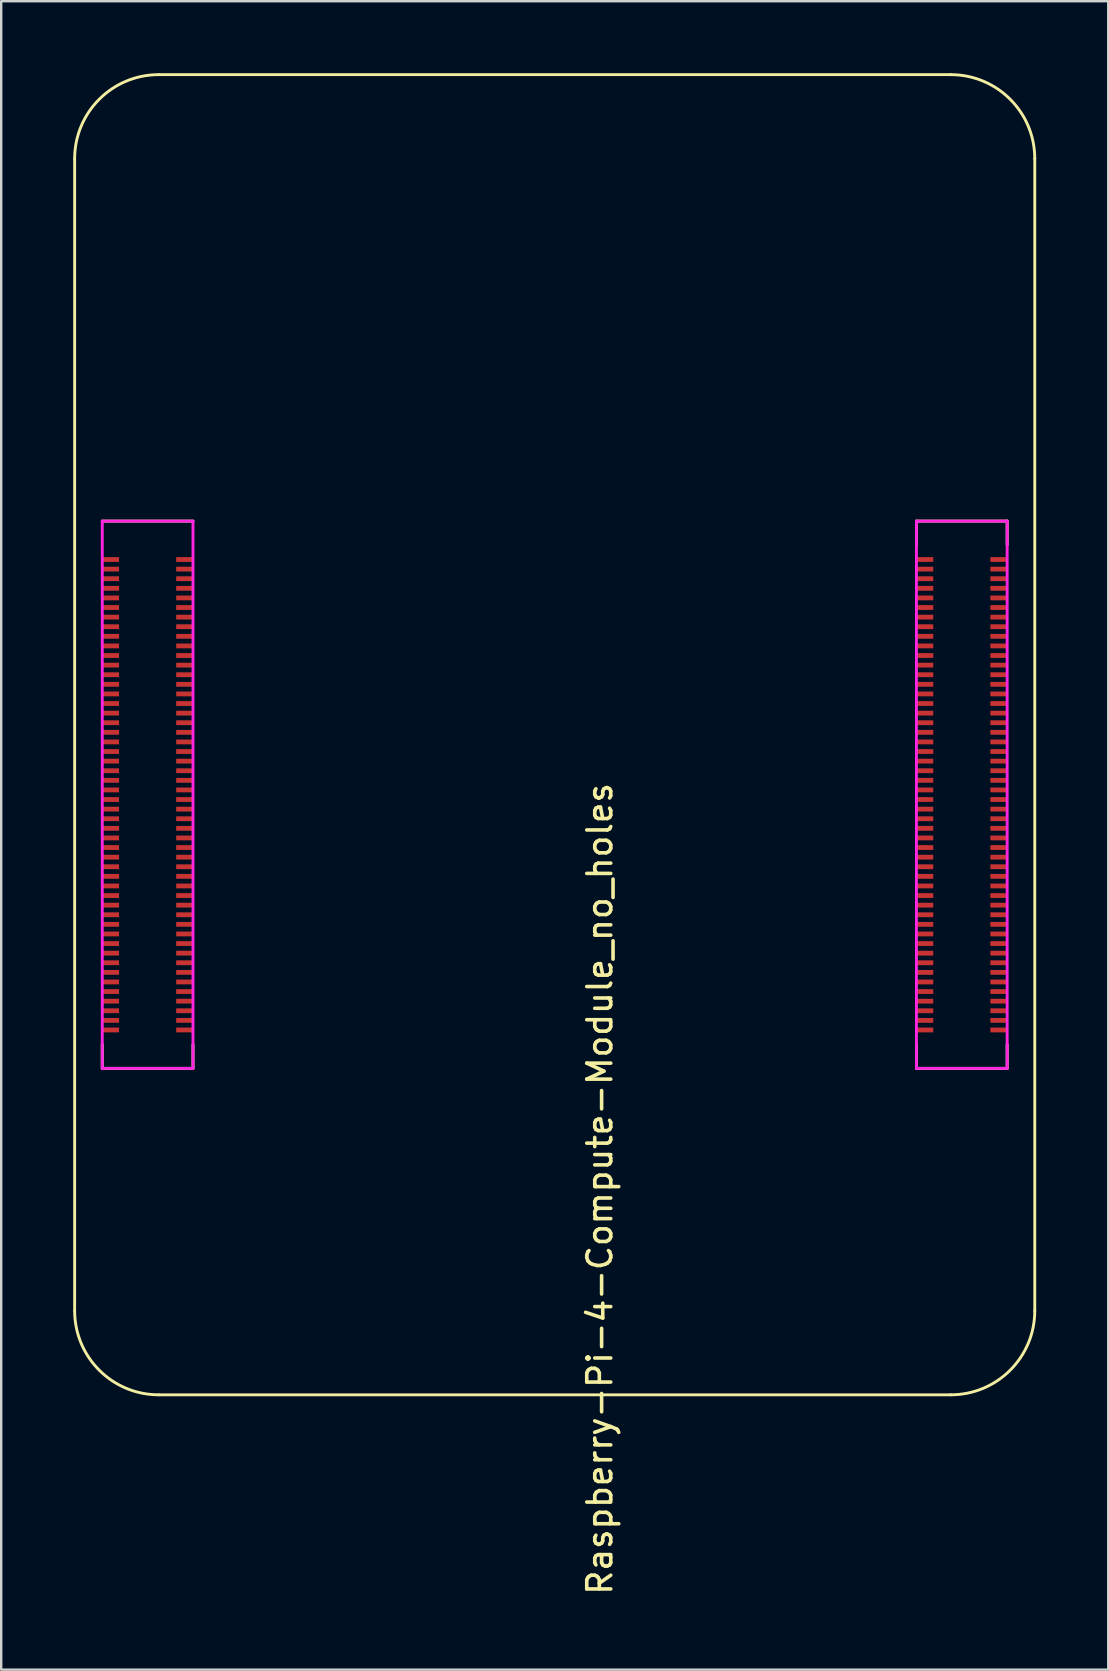
<source format=kicad_pcb>
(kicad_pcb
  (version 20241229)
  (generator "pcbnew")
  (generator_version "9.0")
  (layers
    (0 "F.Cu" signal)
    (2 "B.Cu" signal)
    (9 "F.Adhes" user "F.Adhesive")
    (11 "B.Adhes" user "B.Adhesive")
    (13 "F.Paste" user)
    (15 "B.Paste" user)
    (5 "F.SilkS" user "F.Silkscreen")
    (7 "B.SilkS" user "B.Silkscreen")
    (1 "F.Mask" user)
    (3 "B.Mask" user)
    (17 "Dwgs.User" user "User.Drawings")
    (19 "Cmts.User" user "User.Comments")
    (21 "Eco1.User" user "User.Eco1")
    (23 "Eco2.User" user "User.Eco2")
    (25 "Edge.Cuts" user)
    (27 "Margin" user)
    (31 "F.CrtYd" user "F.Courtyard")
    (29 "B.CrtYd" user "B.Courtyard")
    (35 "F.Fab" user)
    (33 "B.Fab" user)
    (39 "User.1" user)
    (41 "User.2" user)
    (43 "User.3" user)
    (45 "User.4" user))
  (footprint "Raspberry-Pi-4-Compute-Module_no_holes"
    (layer "F.Cu")
    (at 3.56 51.56)
    (property "Reference" "Raspberry-Pi-4-Compute-Module_no_holes" (at 18.38 -5.08 270) (layer "F.SilkS") (effects (font (size 1 1) (thickness 0.15))))
    (attr smd)
    (fp_line (start -3.5 -48) (end -3.5 0) (stroke (width 0.12) (type solid)) (layer "F.SilkS"))
    (fp_line (start -2.35 -32.9) (end 1.43 -32.9) (stroke (width 0.12) (type solid)) (layer "F.SilkS"))
    (fp_line (start -2.35 -10.1) (end -2.35 -11.1) (stroke (width 0.12) (type solid)) (layer "F.SilkS"))
    (fp_line (start -2.35 -10.1) (end 1.43 -10.1) (stroke (width 0.12) (type solid)) (layer "F.SilkS"))
    (fp_line (start 0 3.5) (end 33 3.5) (stroke (width 0.12) (type solid)) (layer "F.SilkS"))
    (fp_line (start 1.43 -10.1) (end 1.43 -11.1) (stroke (width 0.12) (type solid)) (layer "F.SilkS"))
    (fp_line (start 31.57 -32.9) (end 31.57 -31.9) (stroke (width 0.12) (type solid)) (layer "F.SilkS"))
    (fp_line (start 31.57 -32.9) (end 35.35 -32.9) (stroke (width 0.12) (type solid)) (layer "F.SilkS"))
    (fp_line (start 31.57 -10.1) (end 31.57 -11.1) (stroke (width 0.12) (type solid)) (layer "F.SilkS"))
    (fp_line (start 31.57 -10.1) (end 35.35 -10.1) (stroke (width 0.12) (type solid)) (layer "F.SilkS"))
    (fp_line (start 33 -51.5) (end 0 -51.5) (stroke (width 0.12) (type solid)) (layer "F.SilkS"))
    (fp_line (start 35.35 -32.9) (end 35.35 -31.9) (stroke (width 0.12) (type solid)) (layer "F.SilkS"))
    (fp_line (start 35.35 -10.1) (end 35.35 -11.1) (stroke (width 0.12) (type solid)) (layer "F.SilkS"))
    (fp_line (start 36.5 0) (end 36.5 -48) (stroke (width 0.12) (type solid)) (layer "F.SilkS"))
    (fp_arc (start -3.5 -48) (mid -2.474874 -50.474874) (end 0 -51.5) (stroke (width 0.12) (type solid)) (layer "F.SilkS"))
    (fp_arc (start 0 3.5) (mid -2.474874 2.474874) (end -3.5 0) (stroke (width 0.12) (type solid)) (layer "F.SilkS"))
    (fp_arc (start 33 -51.5) (mid 35.474874 -50.474874) (end 36.5 -48) (stroke (width 0.12) (type solid)) (layer "F.SilkS"))
    (fp_arc (start 36.5 0) (mid 35.474874 2.474874) (end 33 3.5) (stroke (width 0.12) (type solid)) (layer "F.SilkS"))
    (fp_line (start -2.35 -32.9) (end 1.43 -32.9) (stroke (width 0.12) (type solid)) (layer "F.CrtYd"))
    (fp_line (start -2.35 -10.1) (end -2.35 -32.9) (stroke (width 0.12) (type solid)) (layer "F.CrtYd"))
    (fp_line (start 1.43 -32.9) (end 1.43 -10.1) (stroke (width 0.12) (type solid)) (layer "F.CrtYd"))
    (fp_line (start 1.43 -10.1) (end -2.35 -10.1) (stroke (width 0.12) (type solid)) (layer "F.CrtYd"))
    (fp_line (start 31.57 -32.9) (end 35.35 -32.9) (stroke (width 0.12) (type solid)) (layer "F.CrtYd"))
    (fp_line (start 31.57 -10.1) (end 31.57 -32.9) (stroke (width 0.12) (type solid)) (layer "F.CrtYd"))
    (fp_line (start 35.35 -32.9) (end 35.35 -10.1) (stroke (width 0.12) (type solid)) (layer "F.CrtYd"))
    (fp_line (start 35.35 -10.1) (end 31.57 -10.1) (stroke (width 0.12) (type solid)) (layer "F.CrtYd"))
    (pad "1" smd rect (at -2 -31.3 270) (size 0.2 0.7) (layers "F.Cu" "F.Mask" "F.Paste"))
    (pad "2" smd rect (at 1.08 -31.3 270) (size 0.2 0.7) (layers "F.Cu" "F.Mask" "F.Paste"))
    (pad "3" smd rect (at -2 -30.9 270) (size 0.2 0.7) (layers "F.Cu" "F.Mask" "F.Paste"))
    (pad "4" smd rect (at 1.08 -30.9 270) (size 0.2 0.7) (layers "F.Cu" "F.Mask" "F.Paste"))
    (pad "5" smd rect (at -2 -30.5 270) (size 0.2 0.7) (layers "F.Cu" "F.Mask" "F.Paste"))
    (pad "6" smd rect (at 1.08 -30.5 270) (size 0.2 0.7) (layers "F.Cu" "F.Mask" "F.Paste"))
    (pad "7" smd rect (at -2 -30.1 270) (size 0.2 0.7) (layers "F.Cu" "F.Mask" "F.Paste"))
    (pad "8" smd rect (at 1.08 -30.1 270) (size 0.2 0.7) (layers "F.Cu" "F.Mask" "F.Paste"))
    (pad "9" smd rect (at -2 -29.7 270) (size 0.2 0.7) (layers "F.Cu" "F.Mask" "F.Paste"))
    (pad "10" smd rect (at 1.08 -29.7 270) (size 0.2 0.7) (layers "F.Cu" "F.Mask" "F.Paste"))
    (pad "11" smd rect (at -2 -29.3 270) (size 0.2 0.7) (layers "F.Cu" "F.Mask" "F.Paste"))
    (pad "12" smd rect (at 1.08 -29.3 270) (size 0.2 0.7) (layers "F.Cu" "F.Mask" "F.Paste"))
    (pad "13" smd rect (at -2 -28.9 270) (size 0.2 0.7) (layers "F.Cu" "F.Mask" "F.Paste"))
    (pad "14" smd rect (at 1.08 -28.9 270) (size 0.2 0.7) (layers "F.Cu" "F.Mask" "F.Paste"))
    (pad "15" smd rect (at -2 -28.5 270) (size 0.2 0.7) (layers "F.Cu" "F.Mask" "F.Paste"))
    (pad "16" smd rect (at 1.08 -28.5 270) (size 0.2 0.7) (layers "F.Cu" "F.Mask" "F.Paste"))
    (pad "17" smd rect (at -2 -28.1 270) (size 0.2 0.7) (layers "F.Cu" "F.Mask" "F.Paste"))
    (pad "18" smd rect (at 1.08 -28.1 270) (size 0.2 0.7) (layers "F.Cu" "F.Mask" "F.Paste"))
    (pad "19" smd rect (at -2 -27.7 270) (size 0.2 0.7) (layers "F.Cu" "F.Mask" "F.Paste"))
    (pad "20" smd rect (at 1.08 -27.7 270) (size 0.2 0.7) (layers "F.Cu" "F.Mask" "F.Paste"))
    (pad "21" smd rect (at -2 -27.3 270) (size 0.2 0.7) (layers "F.Cu" "F.Mask" "F.Paste"))
    (pad "22" smd rect (at 1.08 -27.3 270) (size 0.2 0.7) (layers "F.Cu" "F.Mask" "F.Paste"))
    (pad "23" smd rect (at -2 -26.9 270) (size 0.2 0.7) (layers "F.Cu" "F.Mask" "F.Paste"))
    (pad "24" smd rect (at 1.08 -26.9 270) (size 0.2 0.7) (layers "F.Cu" "F.Mask" "F.Paste"))
    (pad "25" smd rect (at -2 -26.5 270) (size 0.2 0.7) (layers "F.Cu" "F.Mask" "F.Paste"))
    (pad "26" smd rect (at 1.08 -26.5 270) (size 0.2 0.7) (layers "F.Cu" "F.Mask" "F.Paste"))
    (pad "27" smd rect (at -2 -26.1 270) (size 0.2 0.7) (layers "F.Cu" "F.Mask" "F.Paste"))
    (pad "28" smd rect (at 1.08 -26.1 270) (size 0.2 0.7) (layers "F.Cu" "F.Mask" "F.Paste"))
    (pad "29" smd rect (at -2 -25.7 270) (size 0.2 0.7) (layers "F.Cu" "F.Mask" "F.Paste"))
    (pad "30" smd rect (at 1.08 -25.7 270) (size 0.2 0.7) (layers "F.Cu" "F.Mask" "F.Paste"))
    (pad "31" smd rect (at -2 -25.3 270) (size 0.2 0.7) (layers "F.Cu" "F.Mask" "F.Paste"))
    (pad "32" smd rect (at 1.08 -25.3 270) (size 0.2 0.7) (layers "F.Cu" "F.Mask" "F.Paste"))
    (pad "33" smd rect (at -2 -24.9 270) (size 0.2 0.7) (layers "F.Cu" "F.Mask" "F.Paste"))
    (pad "34" smd rect (at 1.08 -24.9 270) (size 0.2 0.7) (layers "F.Cu" "F.Mask" "F.Paste"))
    (pad "35" smd rect (at -2 -24.5 270) (size 0.2 0.7) (layers "F.Cu" "F.Mask" "F.Paste"))
    (pad "36" smd rect (at 1.08 -24.5 270) (size 0.2 0.7) (layers "F.Cu" "F.Mask" "F.Paste"))
    (pad "37" smd rect (at -2 -24.1 270) (size 0.2 0.7) (layers "F.Cu" "F.Mask" "F.Paste"))
    (pad "38" smd rect (at 1.08 -24.1 270) (size 0.2 0.7) (layers "F.Cu" "F.Mask" "F.Paste"))
    (pad "39" smd rect (at -2 -23.7 270) (size 0.2 0.7) (layers "F.Cu" "F.Mask" "F.Paste"))
    (pad "40" smd rect (at 1.08 -23.7 270) (size 0.2 0.7) (layers "F.Cu" "F.Mask" "F.Paste"))
    (pad "41" smd rect (at -2 -23.3 270) (size 0.2 0.7) (layers "F.Cu" "F.Mask" "F.Paste"))
    (pad "42" smd rect (at 1.08 -23.3 270) (size 0.2 0.7) (layers "F.Cu" "F.Mask" "F.Paste"))
    (pad "43" smd rect (at -2 -22.9 270) (size 0.2 0.7) (layers "F.Cu" "F.Mask" "F.Paste"))
    (pad "44" smd rect (at 1.08 -22.9 270) (size 0.2 0.7) (layers "F.Cu" "F.Mask" "F.Paste"))
    (pad "45" smd rect (at -2 -22.5 270) (size 0.2 0.7) (layers "F.Cu" "F.Mask" "F.Paste"))
    (pad "46" smd rect (at 1.08 -22.5 270) (size 0.2 0.7) (layers "F.Cu" "F.Mask" "F.Paste"))
    (pad "47" smd rect (at -2 -22.1 270) (size 0.2 0.7) (layers "F.Cu" "F.Mask" "F.Paste"))
    (pad "48" smd rect (at 1.08 -22.1 270) (size 0.2 0.7) (layers "F.Cu" "F.Mask" "F.Paste"))
    (pad "49" smd rect (at -2 -21.7 270) (size 0.2 0.7) (layers "F.Cu" "F.Mask" "F.Paste"))
    (pad "50" smd rect (at 1.08 -21.7 270) (size 0.2 0.7) (layers "F.Cu" "F.Mask" "F.Paste"))
    (pad "51" smd rect (at -2 -21.3 270) (size 0.2 0.7) (layers "F.Cu" "F.Mask" "F.Paste"))
    (pad "52" smd rect (at 1.08 -21.3 270) (size 0.2 0.7) (layers "F.Cu" "F.Mask" "F.Paste"))
    (pad "53" smd rect (at -2 -20.9 270) (size 0.2 0.7) (layers "F.Cu" "F.Mask" "F.Paste"))
    (pad "54" smd rect (at 1.08 -20.9 270) (size 0.2 0.7) (layers "F.Cu" "F.Mask" "F.Paste"))
    (pad "55" smd rect (at -2 -20.5 270) (size 0.2 0.7) (layers "F.Cu" "F.Mask" "F.Paste"))
    (pad "56" smd rect (at 1.08 -20.5 270) (size 0.2 0.7) (layers "F.Cu" "F.Mask" "F.Paste"))
    (pad "57" smd rect (at -2 -20.1 270) (size 0.2 0.7) (layers "F.Cu" "F.Mask" "F.Paste"))
    (pad "58" smd rect (at 1.08 -20.1 270) (size 0.2 0.7) (layers "F.Cu" "F.Mask" "F.Paste"))
    (pad "59" smd rect (at -2 -19.7 270) (size 0.2 0.7) (layers "F.Cu" "F.Mask" "F.Paste"))
    (pad "60" smd rect (at 1.08 -19.7 270) (size 0.2 0.7) (layers "F.Cu" "F.Mask" "F.Paste"))
    (pad "61" smd rect (at -2 -19.3 270) (size 0.2 0.7) (layers "F.Cu" "F.Mask" "F.Paste"))
    (pad "62" smd rect (at 1.08 -19.3 270) (size 0.2 0.7) (layers "F.Cu" "F.Mask" "F.Paste"))
    (pad "63" smd rect (at -2 -18.9 270) (size 0.2 0.7) (layers "F.Cu" "F.Mask" "F.Paste"))
    (pad "64" smd rect (at 1.08 -18.9 270) (size 0.2 0.7) (layers "F.Cu" "F.Mask" "F.Paste"))
    (pad "65" smd rect (at -2 -18.5 270) (size 0.2 0.7) (layers "F.Cu" "F.Mask" "F.Paste"))
    (pad "66" smd rect (at 1.08 -18.5 270) (size 0.2 0.7) (layers "F.Cu" "F.Mask" "F.Paste"))
    (pad "67" smd rect (at -2 -18.1 270) (size 0.2 0.7) (layers "F.Cu" "F.Mask" "F.Paste"))
    (pad "68" smd rect (at 1.08 -18.1 270) (size 0.2 0.7) (layers "F.Cu" "F.Mask" "F.Paste"))
    (pad "69" smd rect (at -2 -17.7 270) (size 0.2 0.7) (layers "F.Cu" "F.Mask" "F.Paste"))
    (pad "70" smd rect (at 1.08 -17.7 270) (size 0.2 0.7) (layers "F.Cu" "F.Mask" "F.Paste"))
    (pad "71" smd rect (at -2 -17.3 270) (size 0.2 0.7) (layers "F.Cu" "F.Mask" "F.Paste"))
    (pad "72" smd rect (at 1.08 -17.3 270) (size 0.2 0.7) (layers "F.Cu" "F.Mask" "F.Paste"))
    (pad "73" smd rect (at -2 -16.9 270) (size 0.2 0.7) (layers "F.Cu" "F.Mask" "F.Paste"))
    (pad "74" smd rect (at 1.08 -16.9 270) (size 0.2 0.7) (layers "F.Cu" "F.Mask" "F.Paste"))
    (pad "75" smd rect (at -2 -16.5 270) (size 0.2 0.7) (layers "F.Cu" "F.Mask" "F.Paste"))
    (pad "76" smd rect (at 1.08 -16.5 270) (size 0.2 0.7) (layers "F.Cu" "F.Mask" "F.Paste"))
    (pad "77" smd rect (at -2 -16.1 270) (size 0.2 0.7) (layers "F.Cu" "F.Mask" "F.Paste"))
    (pad "78" smd rect (at 1.08 -16.1 270) (size 0.2 0.7) (layers "F.Cu" "F.Mask" "F.Paste"))
    (pad "79" smd rect (at -2 -15.7 270) (size 0.2 0.7) (layers "F.Cu" "F.Mask" "F.Paste"))
    (pad "80" smd rect (at 1.08 -15.7 270) (size 0.2 0.7) (layers "F.Cu" "F.Mask" "F.Paste"))
    (pad "81" smd rect (at -2 -15.3 270) (size 0.2 0.7) (layers "F.Cu" "F.Mask" "F.Paste"))
    (pad "82" smd rect (at 1.08 -15.3 270) (size 0.2 0.7) (layers "F.Cu" "F.Mask" "F.Paste"))
    (pad "83" smd rect (at -2 -14.9 270) (size 0.2 0.7) (layers "F.Cu" "F.Mask" "F.Paste"))
    (pad "84" smd rect (at 1.08 -14.9 270) (size 0.2 0.7) (layers "F.Cu" "F.Mask" "F.Paste"))
    (pad "85" smd rect (at -2 -14.5 270) (size 0.2 0.7) (layers "F.Cu" "F.Mask" "F.Paste"))
    (pad "86" smd rect (at 1.08 -14.5 270) (size 0.2 0.7) (layers "F.Cu" "F.Mask" "F.Paste"))
    (pad "87" smd rect (at -2 -14.1 270) (size 0.2 0.7) (layers "F.Cu" "F.Mask" "F.Paste"))
    (pad "88" smd rect (at 1.08 -14.1 270) (size 0.2 0.7) (layers "F.Cu" "F.Mask" "F.Paste"))
    (pad "89" smd rect (at -2 -13.7 270) (size 0.2 0.7) (layers "F.Cu" "F.Mask" "F.Paste"))
    (pad "90" smd rect (at 1.08 -13.7 270) (size 0.2 0.7) (layers "F.Cu" "F.Mask" "F.Paste"))
    (pad "91" smd rect (at -2 -13.3 270) (size 0.2 0.7) (layers "F.Cu" "F.Mask" "F.Paste"))
    (pad "92" smd rect (at 1.08 -13.3 270) (size 0.2 0.7) (layers "F.Cu" "F.Mask" "F.Paste"))
    (pad "93" smd rect (at -2 -12.9 270) (size 0.2 0.7) (layers "F.Cu" "F.Mask" "F.Paste"))
    (pad "94" smd rect (at 1.08 -12.9 270) (size 0.2 0.7) (layers "F.Cu" "F.Mask" "F.Paste"))
    (pad "95" smd rect (at -2 -12.5 270) (size 0.2 0.7) (layers "F.Cu" "F.Mask" "F.Paste"))
    (pad "96" smd rect (at 1.08 -12.5 270) (size 0.2 0.7) (layers "F.Cu" "F.Mask" "F.Paste"))
    (pad "97" smd rect (at -2 -12.1 270) (size 0.2 0.7) (layers "F.Cu" "F.Mask" "F.Paste"))
    (pad "98" smd rect (at 1.08 -12.1 270) (size 0.2 0.7) (layers "F.Cu" "F.Mask" "F.Paste"))
    (pad "99" smd rect (at -2 -11.7 270) (size 0.2 0.7) (layers "F.Cu" "F.Mask" "F.Paste"))
    (pad "100" smd rect (at 1.08 -11.7 270) (size 0.2 0.7) (layers "F.Cu" "F.Mask" "F.Paste"))
    (pad "101" smd rect (at 31.92 -31.3 270) (size 0.2 0.7) (layers "F.Cu" "F.Mask" "F.Paste"))
    (pad "102" smd rect (at 35 -31.3 270) (size 0.2 0.7) (layers "F.Cu" "F.Mask" "F.Paste"))
    (pad "103" smd rect (at 31.92 -30.9 270) (size 0.2 0.7) (layers "F.Cu" "F.Mask" "F.Paste"))
    (pad "104" smd rect (at 35 -30.9 270) (size 0.2 0.7) (layers "F.Cu" "F.Mask" "F.Paste"))
    (pad "105" smd rect (at 31.92 -30.5 270) (size 0.2 0.7) (layers "F.Cu" "F.Mask" "F.Paste"))
    (pad "106" smd rect (at 35 -30.5 270) (size 0.2 0.7) (layers "F.Cu" "F.Mask" "F.Paste"))
    (pad "107" smd rect (at 31.92 -30.1 270) (size 0.2 0.7) (layers "F.Cu" "F.Mask" "F.Paste"))
    (pad "108" smd rect (at 35 -30.1 270) (size 0.2 0.7) (layers "F.Cu" "F.Mask" "F.Paste"))
    (pad "109" smd rect (at 31.92 -29.7 270) (size 0.2 0.7) (layers "F.Cu" "F.Mask" "F.Paste"))
    (pad "110" smd rect (at 35 -29.7 270) (size 0.2 0.7) (layers "F.Cu" "F.Mask" "F.Paste"))
    (pad "111" smd rect (at 31.92 -29.3 270) (size 0.2 0.7) (layers "F.Cu" "F.Mask" "F.Paste"))
    (pad "112" smd rect (at 35 -29.3 270) (size 0.2 0.7) (layers "F.Cu" "F.Mask" "F.Paste"))
    (pad "113" smd rect (at 31.92 -28.9 270) (size 0.2 0.7) (layers "F.Cu" "F.Mask" "F.Paste"))
    (pad "114" smd rect (at 35 -28.9 270) (size 0.2 0.7) (layers "F.Cu" "F.Mask" "F.Paste"))
    (pad "115" smd rect (at 31.92 -28.5 270) (size 0.2 0.7) (layers "F.Cu" "F.Mask" "F.Paste"))
    (pad "116" smd rect (at 35 -28.5 270) (size 0.2 0.7) (layers "F.Cu" "F.Mask" "F.Paste"))
    (pad "117" smd rect (at 31.92 -28.1 270) (size 0.2 0.7) (layers "F.Cu" "F.Mask" "F.Paste"))
    (pad "118" smd rect (at 35 -28.1 270) (size 0.2 0.7) (layers "F.Cu" "F.Mask" "F.Paste"))
    (pad "119" smd rect (at 31.92 -27.7 270) (size 0.2 0.7) (layers "F.Cu" "F.Mask" "F.Paste"))
    (pad "120" smd rect (at 35 -27.7 270) (size 0.2 0.7) (layers "F.Cu" "F.Mask" "F.Paste"))
    (pad "121" smd rect (at 31.92 -27.3 270) (size 0.2 0.7) (layers "F.Cu" "F.Mask" "F.Paste"))
    (pad "122" smd rect (at 35 -27.3 270) (size 0.2 0.7) (layers "F.Cu" "F.Mask" "F.Paste"))
    (pad "123" smd rect (at 31.92 -26.9 270) (size 0.2 0.7) (layers "F.Cu" "F.Mask" "F.Paste"))
    (pad "124" smd rect (at 35 -26.9 270) (size 0.2 0.7) (layers "F.Cu" "F.Mask" "F.Paste"))
    (pad "125" smd rect (at 31.92 -26.5 270) (size 0.2 0.7) (layers "F.Cu" "F.Mask" "F.Paste"))
    (pad "126" smd rect (at 35 -26.5 270) (size 0.2 0.7) (layers "F.Cu" "F.Mask" "F.Paste"))
    (pad "127" smd rect (at 31.92 -26.1 270) (size 0.2 0.7) (layers "F.Cu" "F.Mask" "F.Paste"))
    (pad "128" smd rect (at 35 -26.1 270) (size 0.2 0.7) (layers "F.Cu" "F.Mask" "F.Paste"))
    (pad "129" smd rect (at 31.92 -25.7 270) (size 0.2 0.7) (layers "F.Cu" "F.Mask" "F.Paste"))
    (pad "130" smd rect (at 35 -25.7 270) (size 0.2 0.7) (layers "F.Cu" "F.Mask" "F.Paste"))
    (pad "131" smd rect (at 31.92 -25.3 270) (size 0.2 0.7) (layers "F.Cu" "F.Mask" "F.Paste"))
    (pad "132" smd rect (at 35 -25.3 270) (size 0.2 0.7) (layers "F.Cu" "F.Mask" "F.Paste"))
    (pad "133" smd rect (at 31.92 -24.9 270) (size 0.2 0.7) (layers "F.Cu" "F.Mask" "F.Paste"))
    (pad "134" smd rect (at 35 -24.9 270) (size 0.2 0.7) (layers "F.Cu" "F.Mask" "F.Paste"))
    (pad "135" smd rect (at 31.92 -24.5 270) (size 0.2 0.7) (layers "F.Cu" "F.Mask" "F.Paste"))
    (pad "136" smd rect (at 35 -24.5 270) (size 0.2 0.7) (layers "F.Cu" "F.Mask" "F.Paste"))
    (pad "137" smd rect (at 31.92 -24.1 270) (size 0.2 0.7) (layers "F.Cu" "F.Mask" "F.Paste"))
    (pad "138" smd rect (at 35 -24.1 270) (size 0.2 0.7) (layers "F.Cu" "F.Mask" "F.Paste"))
    (pad "139" smd rect (at 31.92 -23.7 270) (size 0.2 0.7) (layers "F.Cu" "F.Mask" "F.Paste"))
    (pad "140" smd rect (at 35 -23.7 270) (size 0.2 0.7) (layers "F.Cu" "F.Mask" "F.Paste"))
    (pad "141" smd rect (at 31.92 -23.3 270) (size 0.2 0.7) (layers "F.Cu" "F.Mask" "F.Paste"))
    (pad "142" smd rect (at 35 -23.3 270) (size 0.2 0.7) (layers "F.Cu" "F.Mask" "F.Paste"))
    (pad "143" smd rect (at 31.92 -22.9 270) (size 0.2 0.7) (layers "F.Cu" "F.Mask" "F.Paste"))
    (pad "144" smd rect (at 35 -22.9 270) (size 0.2 0.7) (layers "F.Cu" "F.Mask" "F.Paste"))
    (pad "145" smd rect (at 31.92 -22.5 270) (size 0.2 0.7) (layers "F.Cu" "F.Mask" "F.Paste"))
    (pad "146" smd rect (at 35 -22.5 270) (size 0.2 0.7) (layers "F.Cu" "F.Mask" "F.Paste"))
    (pad "147" smd rect (at 31.92 -22.1 270) (size 0.2 0.7) (layers "F.Cu" "F.Mask" "F.Paste"))
    (pad "148" smd rect (at 35 -22.1 270) (size 0.2 0.7) (layers "F.Cu" "F.Mask" "F.Paste"))
    (pad "149" smd rect (at 31.92 -21.7 270) (size 0.2 0.7) (layers "F.Cu" "F.Mask" "F.Paste"))
    (pad "150" smd rect (at 35 -21.7 270) (size 0.2 0.7) (layers "F.Cu" "F.Mask" "F.Paste"))
    (pad "151" smd rect (at 31.92 -21.3 270) (size 0.2 0.7) (layers "F.Cu" "F.Mask" "F.Paste"))
    (pad "152" smd rect (at 35 -21.3 270) (size 0.2 0.7) (layers "F.Cu" "F.Mask" "F.Paste"))
    (pad "153" smd rect (at 31.92 -20.9 270) (size 0.2 0.7) (layers "F.Cu" "F.Mask" "F.Paste"))
    (pad "154" smd rect (at 35 -20.9 270) (size 0.2 0.7) (layers "F.Cu" "F.Mask" "F.Paste"))
    (pad "155" smd rect (at 31.92 -20.5 270) (size 0.2 0.7) (layers "F.Cu" "F.Mask" "F.Paste"))
    (pad "156" smd rect (at 35 -20.5 270) (size 0.2 0.7) (layers "F.Cu" "F.Mask" "F.Paste"))
    (pad "157" smd rect (at 31.92 -20.1 270) (size 0.2 0.7) (layers "F.Cu" "F.Mask" "F.Paste"))
    (pad "158" smd rect (at 35 -20.1 270) (size 0.2 0.7) (layers "F.Cu" "F.Mask" "F.Paste"))
    (pad "159" smd rect (at 31.92 -19.7 270) (size 0.2 0.7) (layers "F.Cu" "F.Mask" "F.Paste"))
    (pad "160" smd rect (at 35 -19.7 270) (size 0.2 0.7) (layers "F.Cu" "F.Mask" "F.Paste"))
    (pad "161" smd rect (at 31.92 -19.3 270) (size 0.2 0.7) (layers "F.Cu" "F.Mask" "F.Paste"))
    (pad "162" smd rect (at 35 -19.3 270) (size 0.2 0.7) (layers "F.Cu" "F.Mask" "F.Paste"))
    (pad "163" smd rect (at 31.92 -18.9 270) (size 0.2 0.7) (layers "F.Cu" "F.Mask" "F.Paste"))
    (pad "164" smd rect (at 35 -18.9 270) (size 0.2 0.7) (layers "F.Cu" "F.Mask" "F.Paste"))
    (pad "165" smd rect (at 31.92 -18.5 270) (size 0.2 0.7) (layers "F.Cu" "F.Mask" "F.Paste"))
    (pad "166" smd rect (at 35 -18.5 270) (size 0.2 0.7) (layers "F.Cu" "F.Mask" "F.Paste"))
    (pad "167" smd rect (at 31.92 -18.1 270) (size 0.2 0.7) (layers "F.Cu" "F.Mask" "F.Paste"))
    (pad "168" smd rect (at 35 -18.1 270) (size 0.2 0.7) (layers "F.Cu" "F.Mask" "F.Paste"))
    (pad "169" smd rect (at 31.92 -17.7 270) (size 0.2 0.7) (layers "F.Cu" "F.Mask" "F.Paste"))
    (pad "170" smd rect (at 35 -17.7 270) (size 0.2 0.7) (layers "F.Cu" "F.Mask" "F.Paste"))
    (pad "171" smd rect (at 31.92 -17.3 270) (size 0.2 0.7) (layers "F.Cu" "F.Mask" "F.Paste"))
    (pad "172" smd rect (at 35 -17.3 270) (size 0.2 0.7) (layers "F.Cu" "F.Mask" "F.Paste"))
    (pad "173" smd rect (at 31.92 -16.9 270) (size 0.2 0.7) (layers "F.Cu" "F.Mask" "F.Paste"))
    (pad "174" smd rect (at 35 -16.9 270) (size 0.2 0.7) (layers "F.Cu" "F.Mask" "F.Paste"))
    (pad "175" smd rect (at 31.92 -16.5 270) (size 0.2 0.7) (layers "F.Cu" "F.Mask" "F.Paste"))
    (pad "176" smd rect (at 35 -16.5 270) (size 0.2 0.7) (layers "F.Cu" "F.Mask" "F.Paste"))
    (pad "177" smd rect (at 31.92 -16.1 270) (size 0.2 0.7) (layers "F.Cu" "F.Mask" "F.Paste"))
    (pad "178" smd rect (at 35 -16.1 270) (size 0.2 0.7) (layers "F.Cu" "F.Mask" "F.Paste"))
    (pad "179" smd rect (at 31.92 -15.7 270) (size 0.2 0.7) (layers "F.Cu" "F.Mask" "F.Paste"))
    (pad "180" smd rect (at 35 -15.7 270) (size 0.2 0.7) (layers "F.Cu" "F.Mask" "F.Paste"))
    (pad "181" smd rect (at 31.92 -15.3 270) (size 0.2 0.7) (layers "F.Cu" "F.Mask" "F.Paste"))
    (pad "182" smd rect (at 35 -15.3 270) (size 0.2 0.7) (layers "F.Cu" "F.Mask" "F.Paste"))
    (pad "183" smd rect (at 31.92 -14.9 270) (size 0.2 0.7) (layers "F.Cu" "F.Mask" "F.Paste"))
    (pad "184" smd rect (at 35 -14.9 270) (size 0.2 0.7) (layers "F.Cu" "F.Mask" "F.Paste"))
    (pad "185" smd rect (at 31.92 -14.5 270) (size 0.2 0.7) (layers "F.Cu" "F.Mask" "F.Paste"))
    (pad "186" smd rect (at 35 -14.5 270) (size 0.2 0.7) (layers "F.Cu" "F.Mask" "F.Paste"))
    (pad "187" smd rect (at 31.92 -14.1 270) (size 0.2 0.7) (layers "F.Cu" "F.Mask" "F.Paste"))
    (pad "188" smd rect (at 35 -14.1 270) (size 0.2 0.7) (layers "F.Cu" "F.Mask" "F.Paste"))
    (pad "189" smd rect (at 31.92 -13.7 270) (size 0.2 0.7) (layers "F.Cu" "F.Mask" "F.Paste"))
    (pad "190" smd rect (at 35 -13.7 270) (size 0.2 0.7) (layers "F.Cu" "F.Mask" "F.Paste"))
    (pad "191" smd rect (at 31.92 -13.3 270) (size 0.2 0.7) (layers "F.Cu" "F.Mask" "F.Paste"))
    (pad "192" smd rect (at 35 -13.3 270) (size 0.2 0.7) (layers "F.Cu" "F.Mask" "F.Paste"))
    (pad "193" smd rect (at 31.92 -12.9 270) (size 0.2 0.7) (layers "F.Cu" "F.Mask" "F.Paste"))
    (pad "194" smd rect (at 35 -12.9 270) (size 0.2 0.7) (layers "F.Cu" "F.Mask" "F.Paste"))
    (pad "195" smd rect (at 31.92 -12.5 270) (size 0.2 0.7) (layers "F.Cu" "F.Mask" "F.Paste"))
    (pad "196" smd rect (at 35 -12.5 270) (size 0.2 0.7) (layers "F.Cu" "F.Mask" "F.Paste"))
    (pad "197" smd rect (at 31.92 -12.1 270) (size 0.2 0.7) (layers "F.Cu" "F.Mask" "F.Paste"))
    (pad "198" smd rect (at 35 -12.1 270) (size 0.2 0.7) (layers "F.Cu" "F.Mask" "F.Paste"))
    (pad "199" smd rect (at 31.92 -11.7 270) (size 0.2 0.7) (layers "F.Cu" "F.Mask" "F.Paste"))
    (pad "200" smd rect (at 35 -11.7 270) (size 0.2 0.7) (layers "F.Cu" "F.Mask" "F.Paste")))
  (gr_rect
    (start -3 -3)
    (end 43.12 66.51)
    (stroke (width 0.1) (type default))
    (fill no)
    (layer "Edge.Cuts")))
</source>
